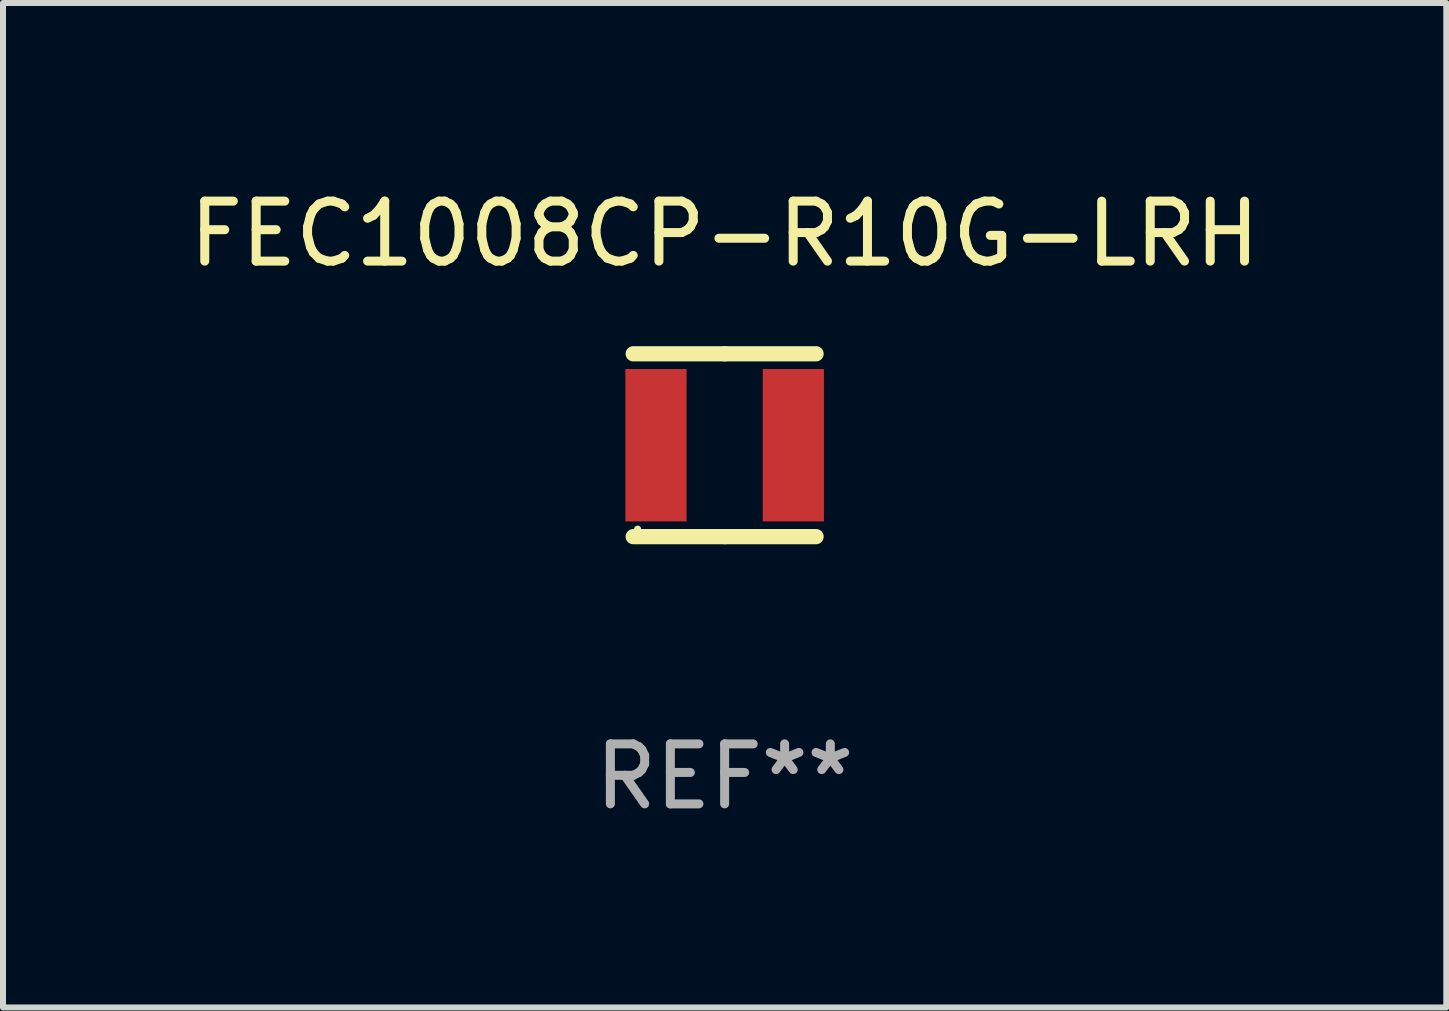
<source format=kicad_pcb>
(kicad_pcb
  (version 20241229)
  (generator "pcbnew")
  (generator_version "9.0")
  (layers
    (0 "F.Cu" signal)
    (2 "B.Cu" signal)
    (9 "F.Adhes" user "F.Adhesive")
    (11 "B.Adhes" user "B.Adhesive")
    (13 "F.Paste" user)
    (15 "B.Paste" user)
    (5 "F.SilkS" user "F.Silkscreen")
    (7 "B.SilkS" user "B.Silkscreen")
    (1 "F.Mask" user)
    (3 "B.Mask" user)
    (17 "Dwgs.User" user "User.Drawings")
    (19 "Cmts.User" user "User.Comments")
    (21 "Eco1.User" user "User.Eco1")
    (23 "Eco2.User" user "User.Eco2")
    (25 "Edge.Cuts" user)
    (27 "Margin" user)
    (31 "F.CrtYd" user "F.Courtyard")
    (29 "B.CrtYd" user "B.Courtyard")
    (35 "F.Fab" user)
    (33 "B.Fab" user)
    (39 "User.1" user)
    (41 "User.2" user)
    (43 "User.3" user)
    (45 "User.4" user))
  (footprint "FEC1008CP-R10G-LRH"
    (layer "F.Cu")
    (at 9.03 4.372)
    (property "Reference" "FEC1008CP-R10G-LRH" (at 0 -3.524 0) (layer "F.SilkS") (effects (font (size 1 1) (thickness 0.15))))
    (attr through_hole)
    (fp_line (start -1.524 -1.524) (end 0 -1.524) (stroke (width 0.254) (type solid)) (layer "F.SilkS"))
    (fp_line (start 0 -1.524) (end 1.524 -1.524) (stroke (width 0.254) (type solid)) (layer "F.SilkS"))
    (fp_line (start 0 1.524) (end -1.524 1.524) (stroke (width 0.254) (type solid)) (layer "F.SilkS"))
    (fp_line (start 1.524 1.524) (end 0 1.524) (stroke (width 0.254) (type solid)) (layer "F.SilkS"))
    (fp_circle (center -1.45 1.4) (end -1.42 1.4) (stroke (width 0.06) (type solid)) (fill no) (layer "F.SilkS"))
    (fp_text user "REF**" (at 0 5.524 0) (layer "F.Fab") (effects (font (size 1 1) (thickness 0.15))))
    (pad "1" smd rect (at -1.145 0) (size 1.02 2.54) (layers "F.Cu" "F.Mask" "F.Paste"))
    (pad "2" smd rect (at 1.145 0) (size 1.02 2.54) (layers "F.Cu" "F.Mask" "F.Paste")))
  (gr_rect
    (start -3 -3)
    (end 21.06 13.745)
    (stroke (width 0.1) (type default))
    (fill no)
    (layer "Edge.Cuts")))
</source>
